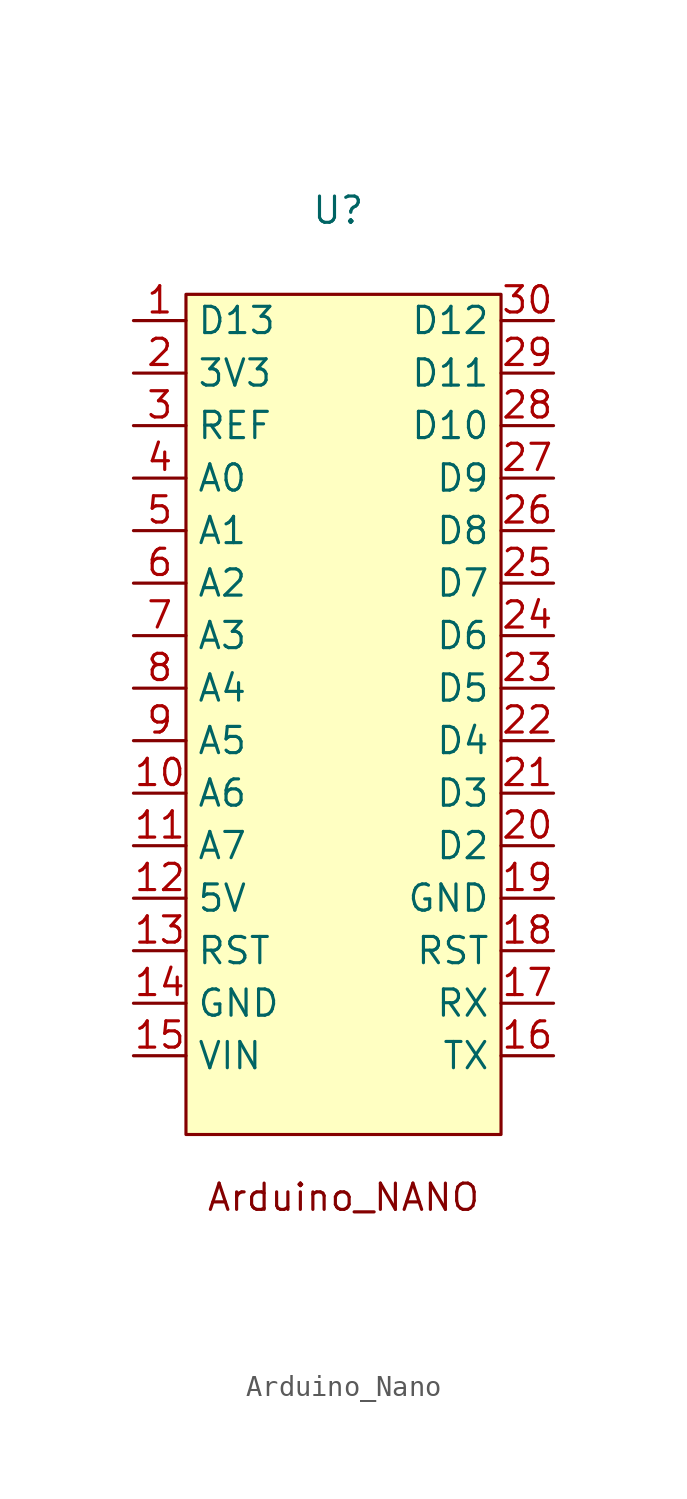
<source format=kicad_sym>
(kicad_symbol_lib
  (version 20231120)
  (generator "kicad_symbol_editor")
  (generator_version "8.0")
  (symbol "Arduino_Nano"
    (property "Reference" "U"
      (at -0.254 23.114 0)
      (effects (font (size 1.27 1.27))))
    (property "Value" ""
      (at 0 6.35 0)
      (effects (font (size 1.27 1.27))))
    (symbol "Arduino_Nano_1_1"
      (rectangle (start -7.62 19.05) (end 7.62 -21.59) (stroke (width 0) (type default)) (fill (type background)))
      (text "Arduino_NANO\n\n" (at 0 -25.654 0) (effects (font (size 1.27 1.27))))
      (pin bidirectional line (at -10.16 17.78 0) (length 2.54) (name "D13" (effects (font (size 1.27 1.27)))) (number "1" (effects (font (size 1.27 1.27)))))
      (pin input line (at -10.16 -5.08 0) (length 2.54) (name "A6" (effects (font (size 1.27 1.27)))) (number "10" (effects (font (size 1.27 1.27)))))
      (pin input line (at -10.16 -7.62 0) (length 2.54) (name "A7" (effects (font (size 1.27 1.27)))) (number "11" (effects (font (size 1.27 1.27)))))
      (pin power_out line (at -10.16 -10.16 0) (length 2.54) (name "5V" (effects (font (size 1.27 1.27)))) (number "12" (effects (font (size 1.27 1.27)))))
      (pin input line (at -10.16 -12.7 0) (length 2.54) (name "RST" (effects (font (size 1.27 1.27)))) (number "13" (effects (font (size 1.27 1.27)))))
      (pin power_in line (at -10.16 -15.24 0) (length 2.54) (name "GND" (effects (font (size 1.27 1.27)))) (number "14" (effects (font (size 1.27 1.27)))))
      (pin power_in line (at -10.16 -17.78 0) (length 2.54) (name "VIN" (effects (font (size 1.27 1.27)))) (number "15" (effects (font (size 1.27 1.27)))))
      (pin bidirectional line (at 10.16 -17.78 180) (length 2.54) (name "TX" (effects (font (size 1.27 1.27)))) (number "16" (effects (font (size 1.27 1.27)))))
      (pin bidirectional line (at 10.16 -15.24 180) (length 2.54) (name "RX" (effects (font (size 1.27 1.27)))) (number "17" (effects (font (size 1.27 1.27)))))
      (pin bidirectional line (at 10.16 -12.7 180) (length 2.54) (name "RST" (effects (font (size 1.27 1.27)))) (number "18" (effects (font (size 1.27 1.27)))))
      (pin power_out line (at 10.16 -10.16 180) (length 2.54) (name "GND" (effects (font (size 1.27 1.27)))) (number "19" (effects (font (size 1.27 1.27)))))
      (pin power_out line (at -10.16 15.24 0) (length 2.54) (name "3V3" (effects (font (size 1.27 1.27)))) (number "2" (effects (font (size 1.27 1.27)))))
      (pin bidirectional line (at 10.16 -7.62 180) (length 2.54) (name "D2" (effects (font (size 1.27 1.27)))) (number "20" (effects (font (size 1.27 1.27)))))
      (pin bidirectional line (at 10.16 -5.08 180) (length 2.54) (name "D3" (effects (font (size 1.27 1.27)))) (number "21" (effects (font (size 1.27 1.27)))))
      (pin bidirectional line (at 10.16 -2.54 180) (length 2.54) (name "D4" (effects (font (size 1.27 1.27)))) (number "22" (effects (font (size 1.27 1.27)))))
      (pin bidirectional line (at 10.16 0 180) (length 2.54) (name "D5" (effects (font (size 1.27 1.27)))) (number "23" (effects (font (size 1.27 1.27)))))
      (pin bidirectional line (at 10.16 2.54 180) (length 2.54) (name "D6" (effects (font (size 1.27 1.27)))) (number "24" (effects (font (size 1.27 1.27)))))
      (pin bidirectional line (at 10.16 5.08 180) (length 2.54) (name "D7" (effects (font (size 1.27 1.27)))) (number "25" (effects (font (size 1.27 1.27)))))
      (pin bidirectional line (at 10.16 7.62 180) (length 2.54) (name "D8" (effects (font (size 1.27 1.27)))) (number "26" (effects (font (size 1.27 1.27)))))
      (pin bidirectional line (at 10.16 10.16 180) (length 2.54) (name "D9" (effects (font (size 1.27 1.27)))) (number "27" (effects (font (size 1.27 1.27)))))
      (pin bidirectional line (at 10.16 12.7 180) (length 2.54) (name "D10" (effects (font (size 1.27 1.27)))) (number "28" (effects (font (size 1.27 1.27)))))
      (pin bidirectional line (at 10.16 15.24 180) (length 2.54) (name "D11" (effects (font (size 1.27 1.27)))) (number "29" (effects (font (size 1.27 1.27)))))
      (pin input line (at -10.16 12.7 0) (length 2.54) (name "REF" (effects (font (size 1.27 1.27)))) (number "3" (effects (font (size 1.27 1.27)))))
      (pin bidirectional line (at 10.16 17.78 180) (length 2.54) (name "D12" (effects (font (size 1.27 1.27)))) (number "30" (effects (font (size 1.27 1.27)))))
      (pin input line (at -10.16 10.16 0) (length 2.54) (name "A0" (effects (font (size 1.27 1.27)))) (number "4" (effects (font (size 1.27 1.27)))))
      (pin input line (at -10.16 7.62 0) (length 2.54) (name "A1" (effects (font (size 1.27 1.27)))) (number "5" (effects (font (size 1.27 1.27)))))
      (pin input line (at -10.16 5.08 0) (length 2.54) (name "A2" (effects (font (size 1.27 1.27)))) (number "6" (effects (font (size 1.27 1.27)))))
      (pin input line (at -10.16 2.54 0) (length 2.54) (name "A3" (effects (font (size 1.27 1.27)))) (number "7" (effects (font (size 1.27 1.27)))))
      (pin input line (at -10.16 0 0) (length 2.54) (name "A4" (effects (font (size 1.27 1.27)))) (number "8" (effects (font (size 1.27 1.27)))))
      (pin input line (at -10.16 -2.54 0) (length 2.54) (name "A5" (effects (font (size 1.27 1.27)))) (number "9" (effects (font (size 1.27 1.27))))))))
</source>
